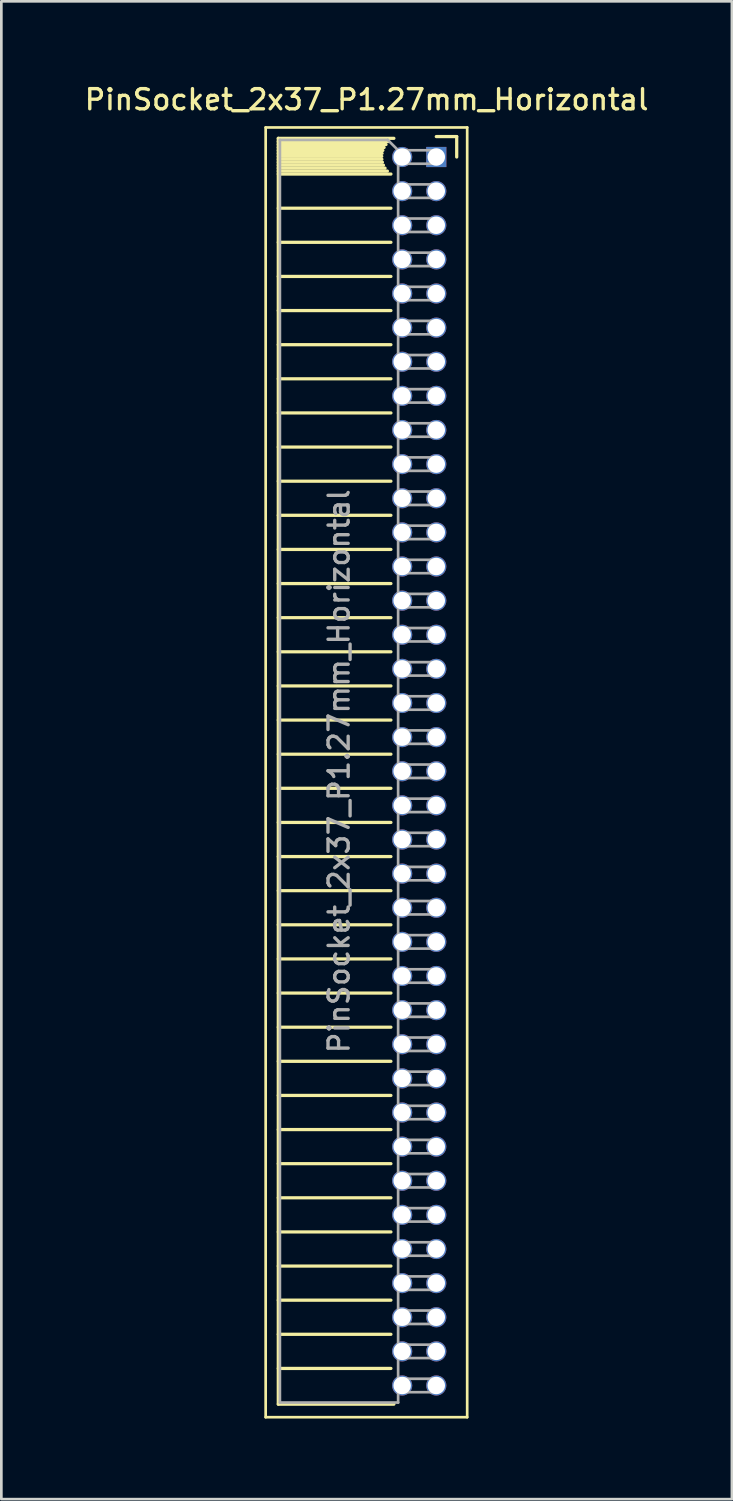
<source format=kicad_pcb>
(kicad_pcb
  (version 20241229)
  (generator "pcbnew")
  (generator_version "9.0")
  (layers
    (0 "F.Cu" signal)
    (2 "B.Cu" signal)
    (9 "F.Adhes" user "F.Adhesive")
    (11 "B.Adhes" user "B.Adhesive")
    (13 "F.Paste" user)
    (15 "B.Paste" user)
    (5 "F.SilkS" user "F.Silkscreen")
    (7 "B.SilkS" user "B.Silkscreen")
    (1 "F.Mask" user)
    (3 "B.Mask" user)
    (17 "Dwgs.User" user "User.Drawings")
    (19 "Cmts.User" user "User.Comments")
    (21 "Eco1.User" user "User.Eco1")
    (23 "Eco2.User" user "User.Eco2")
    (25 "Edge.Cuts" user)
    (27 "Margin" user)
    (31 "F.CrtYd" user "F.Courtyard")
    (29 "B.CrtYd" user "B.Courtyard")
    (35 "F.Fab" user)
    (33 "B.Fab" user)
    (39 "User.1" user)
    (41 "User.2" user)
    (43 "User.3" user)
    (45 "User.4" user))
  (footprint "PinSocket_2x37_P1.27mm_Horizontal"
    (layer "F.Cu")
    (at 13.187 2.793)
    (property "Reference" "PinSocket_2x37_P1.27mm_Horizontal" (at -2.592 -2.135 0) (layer "F.SilkS") (effects (font (size 0.75 0.75) (thickness 0.125))))
    (attr through_hole)
    (fp_line (start -6.35 -1.1) (end -6.35 46.9) (stroke (width 0.1) (type solid)) (layer "F.SilkS"))
    (fp_line (start -6.35 46.9) (end 1.15 46.9) (stroke (width 0.1) (type solid)) (layer "F.SilkS"))
    (fp_line (start -5.88 -0.695) (end -5.88 46.415) (stroke (width 0.12) (type solid)) (layer "F.SilkS"))
    (fp_line (start -5.88 -0.695) (end -1.578 -0.695) (stroke (width 0.12) (type solid)) (layer "F.SilkS"))
    (fp_line (start -5.88 -0.575) (end -1.767 -0.575) (stroke (width 0.12) (type solid)) (layer "F.SilkS"))
    (fp_line (start -5.88 -0.465) (end -1.871 -0.465) (stroke (width 0.12) (type solid)) (layer "F.SilkS"))
    (fp_line (start -5.88 -0.355) (end -1.942 -0.355) (stroke (width 0.12) (type solid)) (layer "F.SilkS"))
    (fp_line (start -5.88 -0.245) (end -1.989 -0.245) (stroke (width 0.12) (type solid)) (layer "F.SilkS"))
    (fp_line (start -5.88 -0.135) (end -2.018 -0.135) (stroke (width 0.12) (type solid)) (layer "F.SilkS"))
    (fp_line (start -5.88 -0.025) (end -2.03 -0.025) (stroke (width 0.12) (type solid)) (layer "F.SilkS"))
    (fp_line (start -5.88 0.085) (end -2.025 0.085) (stroke (width 0.12) (type solid)) (layer "F.SilkS"))
    (fp_line (start -5.88 0.195) (end -2.005 0.195) (stroke (width 0.12) (type solid)) (layer "F.SilkS"))
    (fp_line (start -5.88 0.305) (end -1.966 0.305) (stroke (width 0.12) (type solid)) (layer "F.SilkS"))
    (fp_line (start -5.88 0.415) (end -1.907 0.415) (stroke (width 0.12) (type solid)) (layer "F.SilkS"))
    (fp_line (start -5.88 0.525) (end -1.82 0.525) (stroke (width 0.12) (type solid)) (layer "F.SilkS"))
    (fp_line (start -5.88 0.635) (end -1.688 0.635) (stroke (width 0.12) (type solid)) (layer "F.SilkS"))
    (fp_line (start -5.88 1.905) (end -1.688 1.905) (stroke (width 0.12) (type solid)) (layer "F.SilkS"))
    (fp_line (start -5.88 3.175) (end -1.688 3.175) (stroke (width 0.12) (type solid)) (layer "F.SilkS"))
    (fp_line (start -5.88 4.445) (end -1.688 4.445) (stroke (width 0.12) (type solid)) (layer "F.SilkS"))
    (fp_line (start -5.88 5.715) (end -1.688 5.715) (stroke (width 0.12) (type solid)) (layer "F.SilkS"))
    (fp_line (start -5.88 6.985) (end -1.688 6.985) (stroke (width 0.12) (type solid)) (layer "F.SilkS"))
    (fp_line (start -5.88 8.255) (end -1.688 8.255) (stroke (width 0.12) (type solid)) (layer "F.SilkS"))
    (fp_line (start -5.88 9.525) (end -1.688 9.525) (stroke (width 0.12) (type solid)) (layer "F.SilkS"))
    (fp_line (start -5.88 10.795) (end -1.688 10.795) (stroke (width 0.12) (type solid)) (layer "F.SilkS"))
    (fp_line (start -5.88 12.065) (end -1.688 12.065) (stroke (width 0.12) (type solid)) (layer "F.SilkS"))
    (fp_line (start -5.88 13.335) (end -1.688 13.335) (stroke (width 0.12) (type solid)) (layer "F.SilkS"))
    (fp_line (start -5.88 14.605) (end -1.688 14.605) (stroke (width 0.12) (type solid)) (layer "F.SilkS"))
    (fp_line (start -5.88 15.875) (end -1.688 15.875) (stroke (width 0.12) (type solid)) (layer "F.SilkS"))
    (fp_line (start -5.88 17.145) (end -1.688 17.145) (stroke (width 0.12) (type solid)) (layer "F.SilkS"))
    (fp_line (start -5.88 18.415) (end -1.688 18.415) (stroke (width 0.12) (type solid)) (layer "F.SilkS"))
    (fp_line (start -5.88 19.685) (end -1.688 19.685) (stroke (width 0.12) (type solid)) (layer "F.SilkS"))
    (fp_line (start -5.88 20.955) (end -1.688 20.955) (stroke (width 0.12) (type solid)) (layer "F.SilkS"))
    (fp_line (start -5.88 22.225) (end -1.688 22.225) (stroke (width 0.12) (type solid)) (layer "F.SilkS"))
    (fp_line (start -5.88 23.495) (end -1.688 23.495) (stroke (width 0.12) (type solid)) (layer "F.SilkS"))
    (fp_line (start -5.88 24.765) (end -1.688 24.765) (stroke (width 0.12) (type solid)) (layer "F.SilkS"))
    (fp_line (start -5.88 26.035) (end -1.688 26.035) (stroke (width 0.12) (type solid)) (layer "F.SilkS"))
    (fp_line (start -5.88 27.305) (end -1.688 27.305) (stroke (width 0.12) (type solid)) (layer "F.SilkS"))
    (fp_line (start -5.88 28.575) (end -1.688 28.575) (stroke (width 0.12) (type solid)) (layer "F.SilkS"))
    (fp_line (start -5.88 29.845) (end -1.688 29.845) (stroke (width 0.12) (type solid)) (layer "F.SilkS"))
    (fp_line (start -5.88 31.115) (end -1.688 31.115) (stroke (width 0.12) (type solid)) (layer "F.SilkS"))
    (fp_line (start -5.88 32.385) (end -1.688 32.385) (stroke (width 0.12) (type solid)) (layer "F.SilkS"))
    (fp_line (start -5.88 33.655) (end -1.688 33.655) (stroke (width 0.12) (type solid)) (layer "F.SilkS"))
    (fp_line (start -5.88 34.925) (end -1.688 34.925) (stroke (width 0.12) (type solid)) (layer "F.SilkS"))
    (fp_line (start -5.88 36.195) (end -1.688 36.195) (stroke (width 0.12) (type solid)) (layer "F.SilkS"))
    (fp_line (start -5.88 37.465) (end -1.688 37.465) (stroke (width 0.12) (type solid)) (layer "F.SilkS"))
    (fp_line (start -5.88 38.735) (end -1.688 38.735) (stroke (width 0.12) (type solid)) (layer "F.SilkS"))
    (fp_line (start -5.88 40.005) (end -1.688 40.005) (stroke (width 0.12) (type solid)) (layer "F.SilkS"))
    (fp_line (start -5.88 41.275) (end -1.688 41.275) (stroke (width 0.12) (type solid)) (layer "F.SilkS"))
    (fp_line (start -5.88 42.545) (end -1.688 42.545) (stroke (width 0.12) (type solid)) (layer "F.SilkS"))
    (fp_line (start -5.88 43.815) (end -1.688 43.815) (stroke (width 0.12) (type solid)) (layer "F.SilkS"))
    (fp_line (start -5.88 45.085) (end -1.688 45.085) (stroke (width 0.12) (type solid)) (layer "F.SilkS"))
    (fp_line (start -5.88 46.415) (end -1.578 46.415) (stroke (width 0.12) (type solid)) (layer "F.SilkS"))
    (fp_line (start 0 -0.76) (end 0.76 -0.76) (stroke (width 0.12) (type solid)) (layer "F.SilkS"))
    (fp_line (start 0.76 -0.76) (end 0.76 0) (stroke (width 0.12) (type solid)) (layer "F.SilkS"))
    (fp_line (start 1.15 -1.1) (end -6.35 -1.1) (stroke (width 0.1) (type solid)) (layer "F.SilkS"))
    (fp_line (start 1.15 46.9) (end 1.15 -1.1) (stroke (width 0.1) (type solid)) (layer "F.SilkS"))
    (fp_line (start -5.82 -0.635) (end -1.805 -0.635) (stroke (width 0.1) (type solid)) (layer "F.Fab"))
    (fp_line (start -5.82 46.355) (end -5.82 -0.635) (stroke (width 0.1) (type solid)) (layer "F.Fab"))
    (fp_line (start -1.805 -0.635) (end -1.42 -0.25) (stroke (width 0.1) (type solid)) (layer "F.Fab"))
    (fp_line (start -1.42 -0.25) (end -1.42 46.355) (stroke (width 0.1) (type solid)) (layer "F.Fab"))
    (fp_line (start -1.42 0.25) (end 0 0.25) (stroke (width 0.1) (type solid)) (layer "F.Fab"))
    (fp_line (start -1.42 1.52) (end 0 1.52) (stroke (width 0.1) (type solid)) (layer "F.Fab"))
    (fp_line (start -1.42 2.79) (end 0 2.79) (stroke (width 0.1) (type solid)) (layer "F.Fab"))
    (fp_line (start -1.42 4.06) (end 0 4.06) (stroke (width 0.1) (type solid)) (layer "F.Fab"))
    (fp_line (start -1.42 5.33) (end 0 5.33) (stroke (width 0.1) (type solid)) (layer "F.Fab"))
    (fp_line (start -1.42 6.6) (end 0 6.6) (stroke (width 0.1) (type solid)) (layer "F.Fab"))
    (fp_line (start -1.42 7.87) (end 0 7.87) (stroke (width 0.1) (type solid)) (layer "F.Fab"))
    (fp_line (start -1.42 9.14) (end 0 9.14) (stroke (width 0.1) (type solid)) (layer "F.Fab"))
    (fp_line (start -1.42 10.41) (end 0 10.41) (stroke (width 0.1) (type solid)) (layer "F.Fab"))
    (fp_line (start -1.42 11.68) (end 0 11.68) (stroke (width 0.1) (type solid)) (layer "F.Fab"))
    (fp_line (start -1.42 12.95) (end 0 12.95) (stroke (width 0.1) (type solid)) (layer "F.Fab"))
    (fp_line (start -1.42 14.22) (end 0 14.22) (stroke (width 0.1) (type solid)) (layer "F.Fab"))
    (fp_line (start -1.42 15.49) (end 0 15.49) (stroke (width 0.1) (type solid)) (layer "F.Fab"))
    (fp_line (start -1.42 16.76) (end 0 16.76) (stroke (width 0.1) (type solid)) (layer "F.Fab"))
    (fp_line (start -1.42 18.03) (end 0 18.03) (stroke (width 0.1) (type solid)) (layer "F.Fab"))
    (fp_line (start -1.42 19.3) (end 0 19.3) (stroke (width 0.1) (type solid)) (layer "F.Fab"))
    (fp_line (start -1.42 20.57) (end 0 20.57) (stroke (width 0.1) (type solid)) (layer "F.Fab"))
    (fp_line (start -1.42 21.84) (end 0 21.84) (stroke (width 0.1) (type solid)) (layer "F.Fab"))
    (fp_line (start -1.42 23.11) (end 0 23.11) (stroke (width 0.1) (type solid)) (layer "F.Fab"))
    (fp_line (start -1.42 24.38) (end 0 24.38) (stroke (width 0.1) (type solid)) (layer "F.Fab"))
    (fp_line (start -1.42 25.65) (end 0 25.65) (stroke (width 0.1) (type solid)) (layer "F.Fab"))
    (fp_line (start -1.42 26.92) (end 0 26.92) (stroke (width 0.1) (type solid)) (layer "F.Fab"))
    (fp_line (start -1.42 28.19) (end 0 28.19) (stroke (width 0.1) (type solid)) (layer "F.Fab"))
    (fp_line (start -1.42 29.46) (end 0 29.46) (stroke (width 0.1) (type solid)) (layer "F.Fab"))
    (fp_line (start -1.42 30.73) (end 0 30.73) (stroke (width 0.1) (type solid)) (layer "F.Fab"))
    (fp_line (start -1.42 32) (end 0 32) (stroke (width 0.1) (type solid)) (layer "F.Fab"))
    (fp_line (start -1.42 33.27) (end 0 33.27) (stroke (width 0.1) (type solid)) (layer "F.Fab"))
    (fp_line (start -1.42 34.54) (end 0 34.54) (stroke (width 0.1) (type solid)) (layer "F.Fab"))
    (fp_line (start -1.42 35.81) (end 0 35.81) (stroke (width 0.1) (type solid)) (layer "F.Fab"))
    (fp_line (start -1.42 37.08) (end 0 37.08) (stroke (width 0.1) (type solid)) (layer "F.Fab"))
    (fp_line (start -1.42 38.35) (end 0 38.35) (stroke (width 0.1) (type solid)) (layer "F.Fab"))
    (fp_line (start -1.42 39.62) (end 0 39.62) (stroke (width 0.1) (type solid)) (layer "F.Fab"))
    (fp_line (start -1.42 40.89) (end 0 40.89) (stroke (width 0.1) (type solid)) (layer "F.Fab"))
    (fp_line (start -1.42 42.16) (end 0 42.16) (stroke (width 0.1) (type solid)) (layer "F.Fab"))
    (fp_line (start -1.42 43.43) (end 0 43.43) (stroke (width 0.1) (type solid)) (layer "F.Fab"))
    (fp_line (start -1.42 44.7) (end 0 44.7) (stroke (width 0.1) (type solid)) (layer "F.Fab"))
    (fp_line (start -1.42 45.97) (end 0 45.97) (stroke (width 0.1) (type solid)) (layer "F.Fab"))
    (fp_line (start -1.42 46.355) (end -5.82 46.355) (stroke (width 0.1) (type solid)) (layer "F.Fab"))
    (fp_line (start 0 -0.25) (end -1.42 -0.25) (stroke (width 0.1) (type solid)) (layer "F.Fab"))
    (fp_line (start 0 0.25) (end 0 -0.25) (stroke (width 0.1) (type solid)) (layer "F.Fab"))
    (fp_line (start 0 1.02) (end -1.42 1.02) (stroke (width 0.1) (type solid)) (layer "F.Fab"))
    (fp_line (start 0 1.52) (end 0 1.02) (stroke (width 0.1) (type solid)) (layer "F.Fab"))
    (fp_line (start 0 2.29) (end -1.42 2.29) (stroke (width 0.1) (type solid)) (layer "F.Fab"))
    (fp_line (start 0 2.79) (end 0 2.29) (stroke (width 0.1) (type solid)) (layer "F.Fab"))
    (fp_line (start 0 3.56) (end -1.42 3.56) (stroke (width 0.1) (type solid)) (layer "F.Fab"))
    (fp_line (start 0 4.06) (end 0 3.56) (stroke (width 0.1) (type solid)) (layer "F.Fab"))
    (fp_line (start 0 4.83) (end -1.42 4.83) (stroke (width 0.1) (type solid)) (layer "F.Fab"))
    (fp_line (start 0 5.33) (end 0 4.83) (stroke (width 0.1) (type solid)) (layer "F.Fab"))
    (fp_line (start 0 6.1) (end -1.42 6.1) (stroke (width 0.1) (type solid)) (layer "F.Fab"))
    (fp_line (start 0 6.6) (end 0 6.1) (stroke (width 0.1) (type solid)) (layer "F.Fab"))
    (fp_line (start 0 7.37) (end -1.42 7.37) (stroke (width 0.1) (type solid)) (layer "F.Fab"))
    (fp_line (start 0 7.87) (end 0 7.37) (stroke (width 0.1) (type solid)) (layer "F.Fab"))
    (fp_line (start 0 8.64) (end -1.42 8.64) (stroke (width 0.1) (type solid)) (layer "F.Fab"))
    (fp_line (start 0 9.14) (end 0 8.64) (stroke (width 0.1) (type solid)) (layer "F.Fab"))
    (fp_line (start 0 9.91) (end -1.42 9.91) (stroke (width 0.1) (type solid)) (layer "F.Fab"))
    (fp_line (start 0 10.41) (end 0 9.91) (stroke (width 0.1) (type solid)) (layer "F.Fab"))
    (fp_line (start 0 11.18) (end -1.42 11.18) (stroke (width 0.1) (type solid)) (layer "F.Fab"))
    (fp_line (start 0 11.68) (end 0 11.18) (stroke (width 0.1) (type solid)) (layer "F.Fab"))
    (fp_line (start 0 12.45) (end -1.42 12.45) (stroke (width 0.1) (type solid)) (layer "F.Fab"))
    (fp_line (start 0 12.95) (end 0 12.45) (stroke (width 0.1) (type solid)) (layer "F.Fab"))
    (fp_line (start 0 13.72) (end -1.42 13.72) (stroke (width 0.1) (type solid)) (layer "F.Fab"))
    (fp_line (start 0 14.22) (end 0 13.72) (stroke (width 0.1) (type solid)) (layer "F.Fab"))
    (fp_line (start 0 14.99) (end -1.42 14.99) (stroke (width 0.1) (type solid)) (layer "F.Fab"))
    (fp_line (start 0 15.49) (end 0 14.99) (stroke (width 0.1) (type solid)) (layer "F.Fab"))
    (fp_line (start 0 16.26) (end -1.42 16.26) (stroke (width 0.1) (type solid)) (layer "F.Fab"))
    (fp_line (start 0 16.76) (end 0 16.26) (stroke (width 0.1) (type solid)) (layer "F.Fab"))
    (fp_line (start 0 17.53) (end -1.42 17.53) (stroke (width 0.1) (type solid)) (layer "F.Fab"))
    (fp_line (start 0 18.03) (end 0 17.53) (stroke (width 0.1) (type solid)) (layer "F.Fab"))
    (fp_line (start 0 18.8) (end -1.42 18.8) (stroke (width 0.1) (type solid)) (layer "F.Fab"))
    (fp_line (start 0 19.3) (end 0 18.8) (stroke (width 0.1) (type solid)) (layer "F.Fab"))
    (fp_line (start 0 20.07) (end -1.42 20.07) (stroke (width 0.1) (type solid)) (layer "F.Fab"))
    (fp_line (start 0 20.57) (end 0 20.07) (stroke (width 0.1) (type solid)) (layer "F.Fab"))
    (fp_line (start 0 21.34) (end -1.42 21.34) (stroke (width 0.1) (type solid)) (layer "F.Fab"))
    (fp_line (start 0 21.84) (end 0 21.34) (stroke (width 0.1) (type solid)) (layer "F.Fab"))
    (fp_line (start 0 22.61) (end -1.42 22.61) (stroke (width 0.1) (type solid)) (layer "F.Fab"))
    (fp_line (start 0 23.11) (end 0 22.61) (stroke (width 0.1) (type solid)) (layer "F.Fab"))
    (fp_line (start 0 23.88) (end -1.42 23.88) (stroke (width 0.1) (type solid)) (layer "F.Fab"))
    (fp_line (start 0 24.38) (end 0 23.88) (stroke (width 0.1) (type solid)) (layer "F.Fab"))
    (fp_line (start 0 25.15) (end -1.42 25.15) (stroke (width 0.1) (type solid)) (layer "F.Fab"))
    (fp_line (start 0 25.65) (end 0 25.15) (stroke (width 0.1) (type solid)) (layer "F.Fab"))
    (fp_line (start 0 26.42) (end -1.42 26.42) (stroke (width 0.1) (type solid)) (layer "F.Fab"))
    (fp_line (start 0 26.92) (end 0 26.42) (stroke (width 0.1) (type solid)) (layer "F.Fab"))
    (fp_line (start 0 27.69) (end -1.42 27.69) (stroke (width 0.1) (type solid)) (layer "F.Fab"))
    (fp_line (start 0 28.19) (end 0 27.69) (stroke (width 0.1) (type solid)) (layer "F.Fab"))
    (fp_line (start 0 28.96) (end -1.42 28.96) (stroke (width 0.1) (type solid)) (layer "F.Fab"))
    (fp_line (start 0 29.46) (end 0 28.96) (stroke (width 0.1) (type solid)) (layer "F.Fab"))
    (fp_line (start 0 30.23) (end -1.42 30.23) (stroke (width 0.1) (type solid)) (layer "F.Fab"))
    (fp_line (start 0 30.73) (end 0 30.23) (stroke (width 0.1) (type solid)) (layer "F.Fab"))
    (fp_line (start 0 31.5) (end -1.42 31.5) (stroke (width 0.1) (type solid)) (layer "F.Fab"))
    (fp_line (start 0 32) (end 0 31.5) (stroke (width 0.1) (type solid)) (layer "F.Fab"))
    (fp_line (start 0 32.77) (end -1.42 32.77) (stroke (width 0.1) (type solid)) (layer "F.Fab"))
    (fp_line (start 0 33.27) (end 0 32.77) (stroke (width 0.1) (type solid)) (layer "F.Fab"))
    (fp_line (start 0 34.04) (end -1.42 34.04) (stroke (width 0.1) (type solid)) (layer "F.Fab"))
    (fp_line (start 0 34.54) (end 0 34.04) (stroke (width 0.1) (type solid)) (layer "F.Fab"))
    (fp_line (start 0 35.31) (end -1.42 35.31) (stroke (width 0.1) (type solid)) (layer "F.Fab"))
    (fp_line (start 0 35.81) (end 0 35.31) (stroke (width 0.1) (type solid)) (layer "F.Fab"))
    (fp_line (start 0 36.58) (end -1.42 36.58) (stroke (width 0.1) (type solid)) (layer "F.Fab"))
    (fp_line (start 0 37.08) (end 0 36.58) (stroke (width 0.1) (type solid)) (layer "F.Fab"))
    (fp_line (start 0 37.85) (end -1.42 37.85) (stroke (width 0.1) (type solid)) (layer "F.Fab"))
    (fp_line (start 0 38.35) (end 0 37.85) (stroke (width 0.1) (type solid)) (layer "F.Fab"))
    (fp_line (start 0 39.12) (end -1.42 39.12) (stroke (width 0.1) (type solid)) (layer "F.Fab"))
    (fp_line (start 0 39.62) (end 0 39.12) (stroke (width 0.1) (type solid)) (layer "F.Fab"))
    (fp_line (start 0 40.39) (end -1.42 40.39) (stroke (width 0.1) (type solid)) (layer "F.Fab"))
    (fp_line (start 0 40.89) (end 0 40.39) (stroke (width 0.1) (type solid)) (layer "F.Fab"))
    (fp_line (start 0 41.66) (end -1.42 41.66) (stroke (width 0.1) (type solid)) (layer "F.Fab"))
    (fp_line (start 0 42.16) (end 0 41.66) (stroke (width 0.1) (type solid)) (layer "F.Fab"))
    (fp_line (start 0 42.93) (end -1.42 42.93) (stroke (width 0.1) (type solid)) (layer "F.Fab"))
    (fp_line (start 0 43.43) (end 0 42.93) (stroke (width 0.1) (type solid)) (layer "F.Fab"))
    (fp_line (start 0 44.2) (end -1.42 44.2) (stroke (width 0.1) (type solid)) (layer "F.Fab"))
    (fp_line (start 0 44.7) (end 0 44.2) (stroke (width 0.1) (type solid)) (layer "F.Fab"))
    (fp_line (start 0 45.47) (end -1.42 45.47) (stroke (width 0.1) (type solid)) (layer "F.Fab"))
    (fp_line (start 0 45.97) (end 0 45.47) (stroke (width 0.1) (type solid)) (layer "F.Fab"))
    (fp_text user "${REFERENCE}" (at -3.62 22.86 90) (layer "F.Fab") (effects (font (size 0.75 0.75) (thickness 0.125))))
    (pad "1" thru_hole rect (at 0 0) (size 0.75 0.75) (drill 0.65) (layers "*.Cu" "*.Mask"))
    (pad "2" thru_hole oval (at -1.27 0) (size 0.75 0.75) (drill 0.65) (layers "*.Cu" "*.Mask"))
    (pad "3" thru_hole oval (at 0 1.27) (size 0.75 0.75) (drill 0.65) (layers "*.Cu" "*.Mask"))
    (pad "4" thru_hole oval (at -1.27 1.27) (size 0.75 0.75) (drill 0.65) (layers "*.Cu" "*.Mask"))
    (pad "5" thru_hole oval (at 0 2.54) (size 0.75 0.75) (drill 0.65) (layers "*.Cu" "*.Mask"))
    (pad "6" thru_hole oval (at -1.27 2.54) (size 0.75 0.75) (drill 0.65) (layers "*.Cu" "*.Mask"))
    (pad "7" thru_hole oval (at 0 3.81) (size 0.75 0.75) (drill 0.65) (layers "*.Cu" "*.Mask"))
    (pad "8" thru_hole oval (at -1.27 3.81) (size 0.75 0.75) (drill 0.65) (layers "*.Cu" "*.Mask"))
    (pad "9" thru_hole oval (at 0 5.08) (size 0.75 0.75) (drill 0.65) (layers "*.Cu" "*.Mask"))
    (pad "10" thru_hole oval (at -1.27 5.08) (size 0.75 0.75) (drill 0.65) (layers "*.Cu" "*.Mask"))
    (pad "11" thru_hole oval (at 0 6.35) (size 0.75 0.75) (drill 0.65) (layers "*.Cu" "*.Mask"))
    (pad "12" thru_hole oval (at -1.27 6.35) (size 0.75 0.75) (drill 0.65) (layers "*.Cu" "*.Mask"))
    (pad "13" thru_hole oval (at 0 7.62) (size 0.75 0.75) (drill 0.65) (layers "*.Cu" "*.Mask"))
    (pad "14" thru_hole oval (at -1.27 7.62) (size 0.75 0.75) (drill 0.65) (layers "*.Cu" "*.Mask"))
    (pad "15" thru_hole oval (at 0 8.89) (size 0.75 0.75) (drill 0.65) (layers "*.Cu" "*.Mask"))
    (pad "16" thru_hole oval (at -1.27 8.89) (size 0.75 0.75) (drill 0.65) (layers "*.Cu" "*.Mask"))
    (pad "17" thru_hole oval (at 0 10.16) (size 0.75 0.75) (drill 0.65) (layers "*.Cu" "*.Mask"))
    (pad "18" thru_hole oval (at -1.27 10.16) (size 0.75 0.75) (drill 0.65) (layers "*.Cu" "*.Mask"))
    (pad "19" thru_hole oval (at 0 11.43) (size 0.75 0.75) (drill 0.65) (layers "*.Cu" "*.Mask"))
    (pad "20" thru_hole oval (at -1.27 11.43) (size 0.75 0.75) (drill 0.65) (layers "*.Cu" "*.Mask"))
    (pad "21" thru_hole oval (at 0 12.7) (size 0.75 0.75) (drill 0.65) (layers "*.Cu" "*.Mask"))
    (pad "22" thru_hole oval (at -1.27 12.7) (size 0.75 0.75) (drill 0.65) (layers "*.Cu" "*.Mask"))
    (pad "23" thru_hole oval (at 0 13.97) (size 0.75 0.75) (drill 0.65) (layers "*.Cu" "*.Mask"))
    (pad "24" thru_hole oval (at -1.27 13.97) (size 0.75 0.75) (drill 0.65) (layers "*.Cu" "*.Mask"))
    (pad "25" thru_hole oval (at 0 15.24) (size 0.75 0.75) (drill 0.65) (layers "*.Cu" "*.Mask"))
    (pad "26" thru_hole oval (at -1.27 15.24) (size 0.75 0.75) (drill 0.65) (layers "*.Cu" "*.Mask"))
    (pad "27" thru_hole oval (at 0 16.51) (size 0.75 0.75) (drill 0.65) (layers "*.Cu" "*.Mask"))
    (pad "28" thru_hole oval (at -1.27 16.51) (size 0.75 0.75) (drill 0.65) (layers "*.Cu" "*.Mask"))
    (pad "29" thru_hole oval (at 0 17.78) (size 0.75 0.75) (drill 0.65) (layers "*.Cu" "*.Mask"))
    (pad "30" thru_hole oval (at -1.27 17.78) (size 0.75 0.75) (drill 0.65) (layers "*.Cu" "*.Mask"))
    (pad "31" thru_hole oval (at 0 19.05) (size 0.75 0.75) (drill 0.65) (layers "*.Cu" "*.Mask"))
    (pad "32" thru_hole oval (at -1.27 19.05) (size 0.75 0.75) (drill 0.65) (layers "*.Cu" "*.Mask"))
    (pad "33" thru_hole oval (at 0 20.32) (size 0.75 0.75) (drill 0.65) (layers "*.Cu" "*.Mask"))
    (pad "34" thru_hole oval (at -1.27 20.32) (size 0.75 0.75) (drill 0.65) (layers "*.Cu" "*.Mask"))
    (pad "35" thru_hole oval (at 0 21.59) (size 0.75 0.75) (drill 0.65) (layers "*.Cu" "*.Mask"))
    (pad "36" thru_hole oval (at -1.27 21.59) (size 0.75 0.75) (drill 0.65) (layers "*.Cu" "*.Mask"))
    (pad "37" thru_hole oval (at 0 22.86) (size 0.75 0.75) (drill 0.65) (layers "*.Cu" "*.Mask"))
    (pad "38" thru_hole oval (at -1.27 22.86) (size 0.75 0.75) (drill 0.65) (layers "*.Cu" "*.Mask"))
    (pad "39" thru_hole oval (at 0 24.13) (size 0.75 0.75) (drill 0.65) (layers "*.Cu" "*.Mask"))
    (pad "40" thru_hole oval (at -1.27 24.13) (size 0.75 0.75) (drill 0.65) (layers "*.Cu" "*.Mask"))
    (pad "41" thru_hole oval (at 0 25.4) (size 0.75 0.75) (drill 0.65) (layers "*.Cu" "*.Mask"))
    (pad "42" thru_hole oval (at -1.27 25.4) (size 0.75 0.75) (drill 0.65) (layers "*.Cu" "*.Mask"))
    (pad "43" thru_hole oval (at 0 26.67) (size 0.75 0.75) (drill 0.65) (layers "*.Cu" "*.Mask"))
    (pad "44" thru_hole oval (at -1.27 26.67) (size 0.75 0.75) (drill 0.65) (layers "*.Cu" "*.Mask"))
    (pad "45" thru_hole oval (at 0 27.94) (size 0.75 0.75) (drill 0.65) (layers "*.Cu" "*.Mask"))
    (pad "46" thru_hole oval (at -1.27 27.94) (size 0.75 0.75) (drill 0.65) (layers "*.Cu" "*.Mask"))
    (pad "47" thru_hole oval (at 0 29.21) (size 0.75 0.75) (drill 0.65) (layers "*.Cu" "*.Mask"))
    (pad "48" thru_hole oval (at -1.27 29.21) (size 0.75 0.75) (drill 0.65) (layers "*.Cu" "*.Mask"))
    (pad "49" thru_hole oval (at 0 30.48) (size 0.75 0.75) (drill 0.65) (layers "*.Cu" "*.Mask"))
    (pad "50" thru_hole oval (at -1.27 30.48) (size 0.75 0.75) (drill 0.65) (layers "*.Cu" "*.Mask"))
    (pad "51" thru_hole oval (at 0 31.75) (size 0.75 0.75) (drill 0.65) (layers "*.Cu" "*.Mask"))
    (pad "52" thru_hole oval (at -1.27 31.75) (size 0.75 0.75) (drill 0.65) (layers "*.Cu" "*.Mask"))
    (pad "53" thru_hole oval (at 0 33.02) (size 0.75 0.75) (drill 0.65) (layers "*.Cu" "*.Mask"))
    (pad "54" thru_hole oval (at -1.27 33.02) (size 0.75 0.75) (drill 0.65) (layers "*.Cu" "*.Mask"))
    (pad "55" thru_hole oval (at 0 34.29) (size 0.75 0.75) (drill 0.65) (layers "*.Cu" "*.Mask"))
    (pad "56" thru_hole oval (at -1.27 34.29) (size 0.75 0.75) (drill 0.65) (layers "*.Cu" "*.Mask"))
    (pad "57" thru_hole oval (at 0 35.56) (size 0.75 0.75) (drill 0.65) (layers "*.Cu" "*.Mask"))
    (pad "58" thru_hole oval (at -1.27 35.56) (size 0.75 0.75) (drill 0.65) (layers "*.Cu" "*.Mask"))
    (pad "59" thru_hole oval (at 0 36.83) (size 0.75 0.75) (drill 0.65) (layers "*.Cu" "*.Mask"))
    (pad "60" thru_hole oval (at -1.27 36.83) (size 0.75 0.75) (drill 0.65) (layers "*.Cu" "*.Mask"))
    (pad "61" thru_hole oval (at 0 38.1) (size 0.75 0.75) (drill 0.65) (layers "*.Cu" "*.Mask"))
    (pad "62" thru_hole oval (at -1.27 38.1) (size 0.75 0.75) (drill 0.65) (layers "*.Cu" "*.Mask"))
    (pad "63" thru_hole oval (at 0 39.37) (size 0.75 0.75) (drill 0.65) (layers "*.Cu" "*.Mask"))
    (pad "64" thru_hole oval (at -1.27 39.37) (size 0.75 0.75) (drill 0.65) (layers "*.Cu" "*.Mask"))
    (pad "65" thru_hole oval (at 0 40.64) (size 0.75 0.75) (drill 0.65) (layers "*.Cu" "*.Mask"))
    (pad "66" thru_hole oval (at -1.27 40.64) (size 0.75 0.75) (drill 0.65) (layers "*.Cu" "*.Mask"))
    (pad "67" thru_hole oval (at 0 41.91) (size 0.75 0.75) (drill 0.65) (layers "*.Cu" "*.Mask"))
    (pad "68" thru_hole oval (at -1.27 41.91) (size 0.75 0.75) (drill 0.65) (layers "*.Cu" "*.Mask"))
    (pad "69" thru_hole oval (at 0 43.18) (size 0.75 0.75) (drill 0.65) (layers "*.Cu" "*.Mask"))
    (pad "70" thru_hole oval (at -1.27 43.18) (size 0.75 0.75) (drill 0.65) (layers "*.Cu" "*.Mask"))
    (pad "71" thru_hole oval (at 0 44.45) (size 0.75 0.75) (drill 0.65) (layers "*.Cu" "*.Mask"))
    (pad "72" thru_hole oval (at -1.27 44.45) (size 0.75 0.75) (drill 0.65) (layers "*.Cu" "*.Mask"))
    (pad "73" thru_hole oval (at 0 45.72) (size 0.75 0.75) (drill 0.65) (layers "*.Cu" "*.Mask"))
    (pad "74" thru_hole oval (at -1.27 45.72) (size 0.75 0.75) (drill 0.65) (layers "*.Cu" "*.Mask")))
  (gr_rect
    (start -3 -3)
    (end 24.189 52.743)
    (stroke (width 0.1) (type default))
    (fill no)
    (layer "Edge.Cuts")))
</source>
